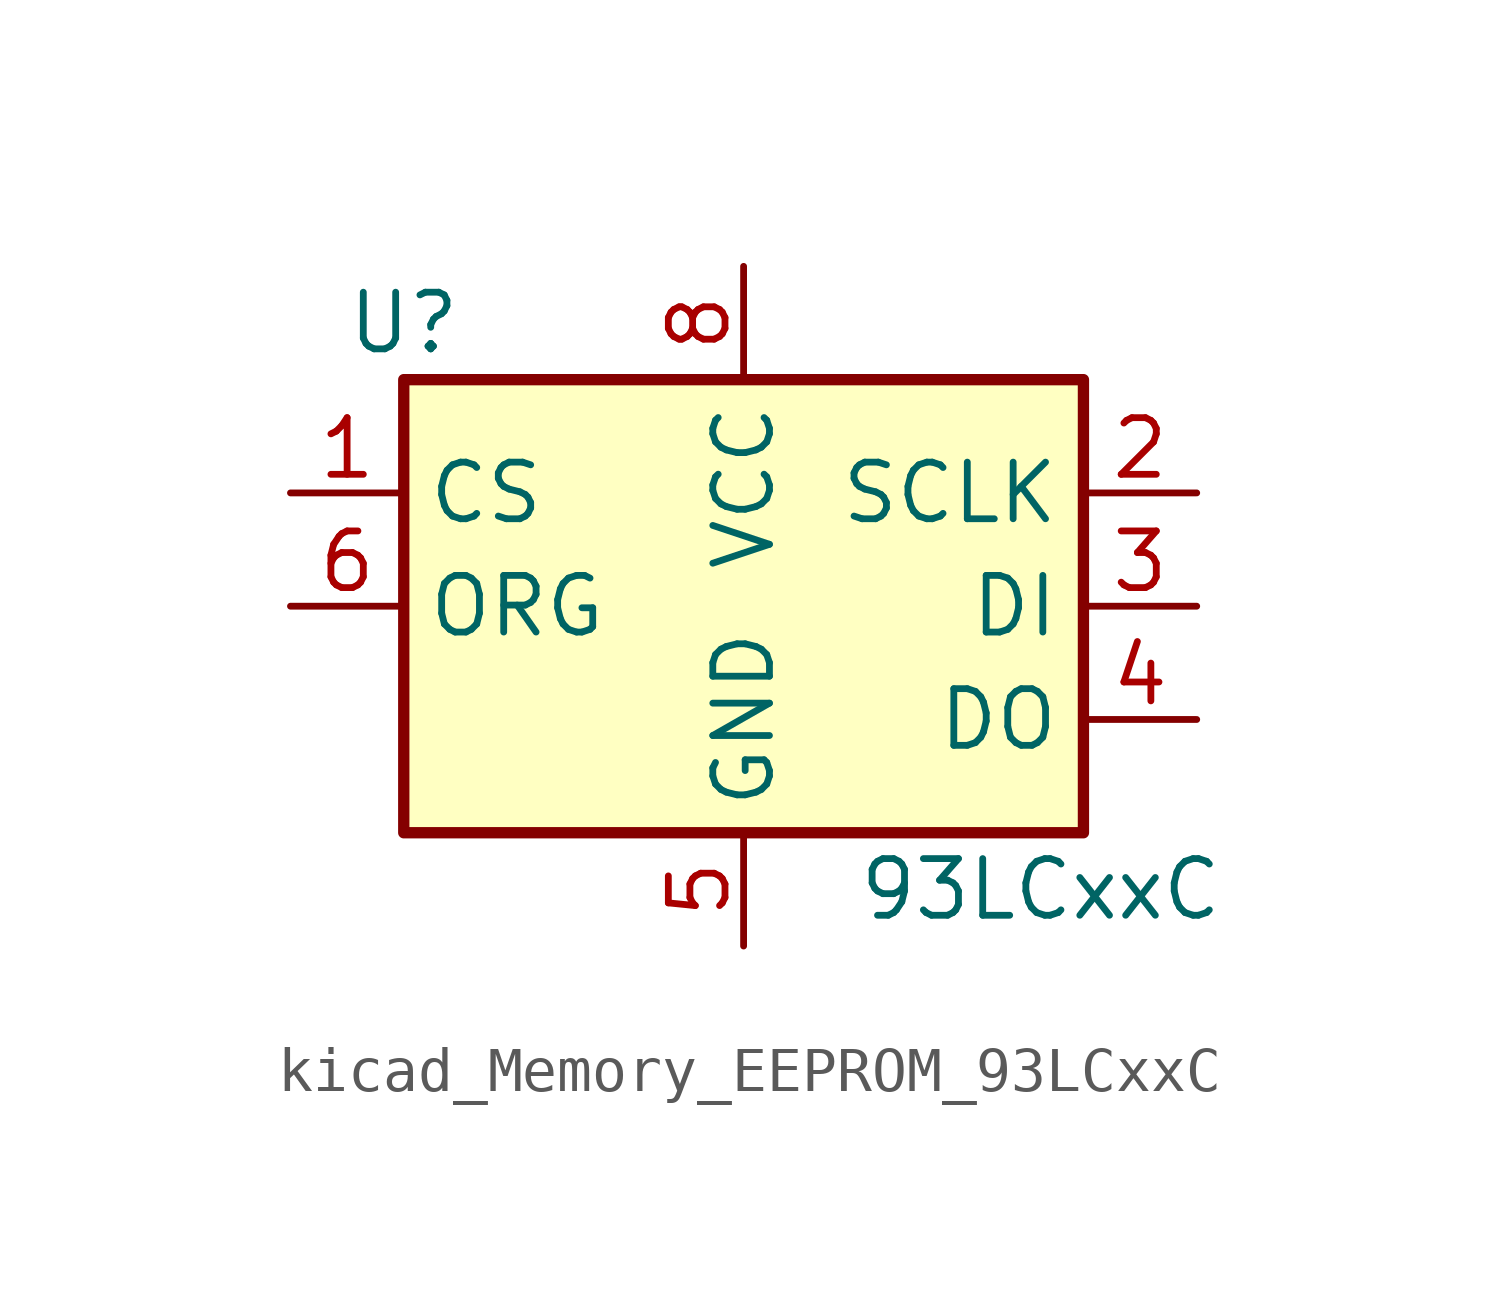
<source format=kicad_sym>
(kicad_symbol_lib
  (version 20220914)
  (generator kicad_symbol_editor)
  (symbol "kicad_Memory_EEPROM_93LCxxC"
    (property "Reference" "U"
      (at -7.62 6.35 0)
      (effects (font (size 1.27 1.27))))
    (property "Value" "93LCxxC"
      (at 2.54 -6.35 0)
      (effects (font (size 1.27 1.27)) (justify left)))
    (symbol "kicad_Memory_EEPROM_93LCxxC_1_1"
      (rectangle (start -7.62 5.08) (end 7.62 -5.08) (stroke (width 0.254) (type default)) (fill (type background)))
      (pin input line (at -10.16 2.54 0) (length 2.54) (name "CS" (effects (font (size 1.27 1.27)))) (number "1" (effects (font (size 1.27 1.27)))))
      (pin input line (at 10.16 2.54 180) (length 2.54) (name "SCLK" (effects (font (size 1.27 1.27)))) (number "2" (effects (font (size 1.27 1.27)))))
      (pin input line (at 10.16 0 180) (length 2.54) (name "DI" (effects (font (size 1.27 1.27)))) (number "3" (effects (font (size 1.27 1.27)))))
      (pin tri_state line (at 10.16 -2.54 180) (length 2.54) (name "DO" (effects (font (size 1.27 1.27)))) (number "4" (effects (font (size 1.27 1.27)))))
      (pin power_in line (at 0 -7.62 90) (length 2.54) (name "GND" (effects (font (size 1.27 1.27)))) (number "5" (effects (font (size 1.27 1.27)))))
      (pin input line (at -10.16 0 0) (length 2.54) (name "ORG" (effects (font (size 1.27 1.27)))) (number "6" (effects (font (size 1.27 1.27)))))
      (pin no_connect line (at -7.62 -2.54 0) (length 2.54) hide (name "NC" (effects (font (size 1.27 1.27)))) (number "7" (effects (font (size 1.27 1.27)))))
      (pin power_in line (at 0 7.62 270) (length 2.54) (name "VCC" (effects (font (size 1.27 1.27)))) (number "8" (effects (font (size 1.27 1.27))))))))
</source>
